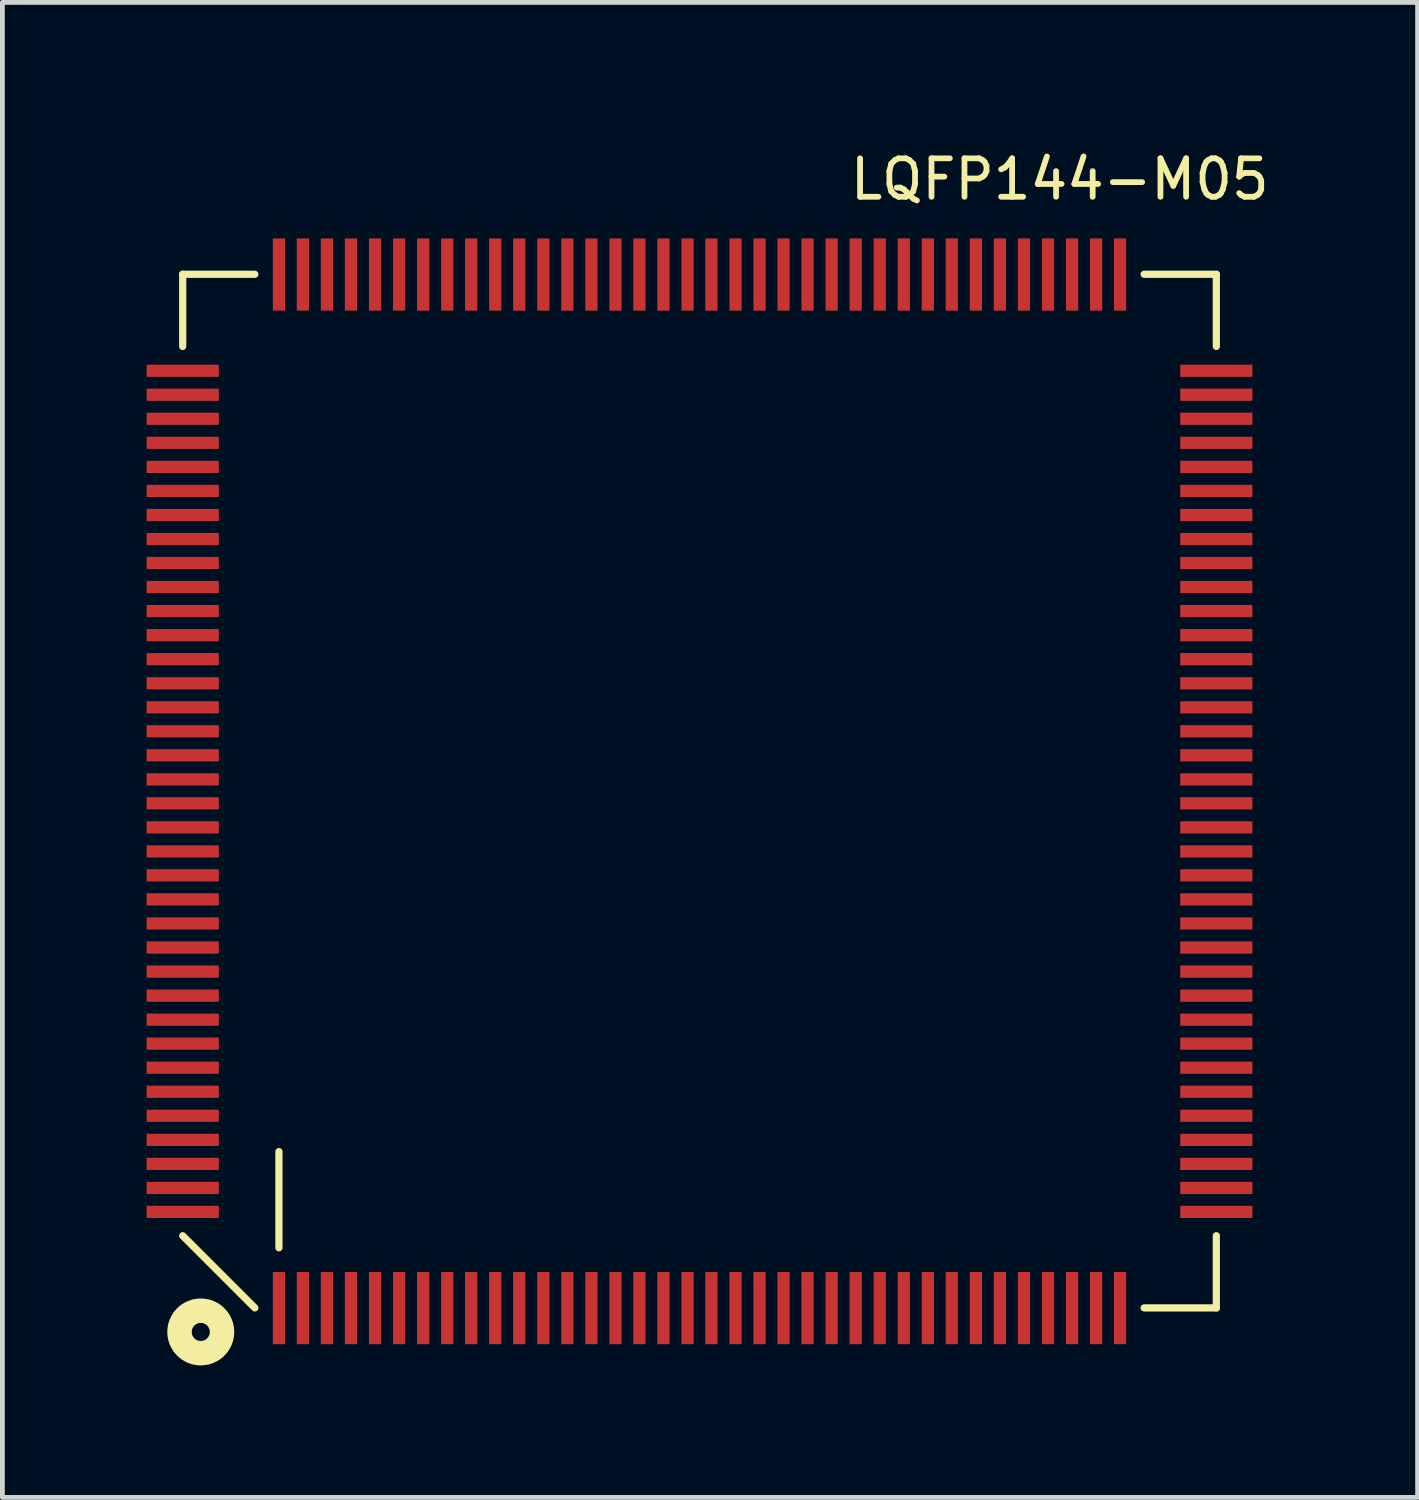
<source format=kicad_pcb>
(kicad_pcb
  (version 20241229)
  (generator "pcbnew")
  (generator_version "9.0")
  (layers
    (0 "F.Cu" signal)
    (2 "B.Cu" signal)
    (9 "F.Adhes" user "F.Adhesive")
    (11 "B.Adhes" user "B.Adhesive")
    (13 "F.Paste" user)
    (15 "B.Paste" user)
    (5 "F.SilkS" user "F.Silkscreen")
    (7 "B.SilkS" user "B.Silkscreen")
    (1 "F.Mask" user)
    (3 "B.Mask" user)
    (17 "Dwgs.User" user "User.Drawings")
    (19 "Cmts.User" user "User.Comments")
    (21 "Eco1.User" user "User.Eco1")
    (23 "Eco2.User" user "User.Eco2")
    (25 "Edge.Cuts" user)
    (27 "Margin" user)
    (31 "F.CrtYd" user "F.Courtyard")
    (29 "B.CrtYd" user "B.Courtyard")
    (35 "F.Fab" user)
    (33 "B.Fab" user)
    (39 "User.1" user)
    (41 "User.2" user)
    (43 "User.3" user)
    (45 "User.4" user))
  (footprint "LQFP144-M05"
    (layer "F.Cu")
    (at 11.497 13.407)
    (property "Reference" "LQFP144-M05" (at 7.495 -12.728 0) (layer "F.SilkS") (effects (font (size 0.8 0.8) (thickness 0.12))))
    (attr smd)
    (fp_line (start -10.747 -10.752) (end -9.246 -10.752) (stroke (width 0.15) (type solid)) (layer "F.SilkS"))
    (fp_line (start -10.747 -9.251) (end -10.747 -10.752) (stroke (width 0.15) (type solid)) (layer "F.SilkS"))
    (fp_line (start -10.747 9.246) (end -9.246 10.747) (stroke (width 0.15) (type solid)) (layer "F.SilkS"))
    (fp_line (start -8.745 9.497) (end -8.745 7.496) (stroke (width 0.15) (type solid)) (layer "F.SilkS"))
    (fp_line (start 10.752 -10.752) (end 9.251 -10.752) (stroke (width 0.15) (type solid)) (layer "F.SilkS"))
    (fp_line (start 10.752 -9.251) (end 10.752 -10.752) (stroke (width 0.15) (type solid)) (layer "F.SilkS"))
    (fp_line (start 10.752 9.246) (end 10.752 10.747) (stroke (width 0.15) (type solid)) (layer "F.SilkS"))
    (fp_line (start 10.752 10.747) (end 9.251 10.747) (stroke (width 0.15) (type solid)) (layer "F.SilkS"))
    (fp_circle (center -10.371 11.247) (end -10.183 11.247) (stroke (width 0.508) (type solid)) (fill no) (layer "F.SilkS"))
    (pad "1" smd rect (at -8.745 10.752) (size 0.254 1.501) (layers "F.Cu" "F.Mask" "F.Paste"))
    (pad "2" smd rect (at -8.247 10.752) (size 0.254 1.501) (layers "F.Cu" "F.Mask" "F.Paste"))
    (pad "3" smd rect (at -7.747 10.752) (size 0.254 1.501) (layers "F.Cu" "F.Mask" "F.Paste"))
    (pad "4" smd rect (at -7.247 10.752) (size 0.254 1.501) (layers "F.Cu" "F.Mask" "F.Paste"))
    (pad "5" smd rect (at -6.746 10.752) (size 0.254 1.501) (layers "F.Cu" "F.Mask" "F.Paste"))
    (pad "6" smd rect (at -6.246 10.752) (size 0.254 1.501) (layers "F.Cu" "F.Mask" "F.Paste"))
    (pad "7" smd rect (at -5.745 10.752) (size 0.254 1.501) (layers "F.Cu" "F.Mask" "F.Paste"))
    (pad "8" smd rect (at -5.245 10.752) (size 0.254 1.501) (layers "F.Cu" "F.Mask" "F.Paste"))
    (pad "9" smd rect (at -4.747 10.752) (size 0.254 1.501) (layers "F.Cu" "F.Mask" "F.Paste"))
    (pad "10" smd rect (at -4.247 10.752) (size 0.254 1.501) (layers "F.Cu" "F.Mask" "F.Paste"))
    (pad "11" smd rect (at -3.747 10.752) (size 0.254 1.501) (layers "F.Cu" "F.Mask" "F.Paste"))
    (pad "12" smd rect (at -3.246 10.752) (size 0.254 1.501) (layers "F.Cu" "F.Mask" "F.Paste"))
    (pad "13" smd rect (at -2.746 10.752) (size 0.254 1.501) (layers "F.Cu" "F.Mask" "F.Paste"))
    (pad "14" smd rect (at -2.245 10.752) (size 0.254 1.501) (layers "F.Cu" "F.Mask" "F.Paste"))
    (pad "15" smd rect (at -1.745 10.752) (size 0.254 1.501) (layers "F.Cu" "F.Mask" "F.Paste"))
    (pad "16" smd rect (at -1.247 10.752) (size 0.254 1.501) (layers "F.Cu" "F.Mask" "F.Paste"))
    (pad "17" smd rect (at -0.747 10.752) (size 0.254 1.501) (layers "F.Cu" "F.Mask" "F.Paste"))
    (pad "18" smd rect (at -0.246 10.752) (size 0.254 1.501) (layers "F.Cu" "F.Mask" "F.Paste"))
    (pad "19" smd rect (at 0.251 10.752) (size 0.254 1.501) (layers "F.Cu" "F.Mask" "F.Paste"))
    (pad "20" smd rect (at 0.752 10.752) (size 0.254 1.501) (layers "F.Cu" "F.Mask" "F.Paste"))
    (pad "21" smd rect (at 1.252 10.752) (size 0.254 1.501) (layers "F.Cu" "F.Mask" "F.Paste"))
    (pad "22" smd rect (at 1.75 10.752) (size 0.254 1.501) (layers "F.Cu" "F.Mask" "F.Paste"))
    (pad "23" smd rect (at 2.25 10.752) (size 0.254 1.501) (layers "F.Cu" "F.Mask" "F.Paste"))
    (pad "24" smd rect (at 2.751 10.752) (size 0.254 1.501) (layers "F.Cu" "F.Mask" "F.Paste"))
    (pad "25" smd rect (at 3.251 10.752) (size 0.254 1.501) (layers "F.Cu" "F.Mask" "F.Paste"))
    (pad "26" smd rect (at 3.752 10.752) (size 0.254 1.501) (layers "F.Cu" "F.Mask" "F.Paste"))
    (pad "27" smd rect (at 4.252 10.752) (size 0.254 1.501) (layers "F.Cu" "F.Mask" "F.Paste"))
    (pad "28" smd rect (at 4.752 10.752) (size 0.254 1.501) (layers "F.Cu" "F.Mask" "F.Paste"))
    (pad "29" smd rect (at 5.25 10.752) (size 0.254 1.501) (layers "F.Cu" "F.Mask" "F.Paste"))
    (pad "30" smd rect (at 5.751 10.752) (size 0.254 1.501) (layers "F.Cu" "F.Mask" "F.Paste"))
    (pad "31" smd rect (at 6.251 10.752) (size 0.254 1.501) (layers "F.Cu" "F.Mask" "F.Paste"))
    (pad "32" smd rect (at 6.751 10.752) (size 0.254 1.501) (layers "F.Cu" "F.Mask" "F.Paste"))
    (pad "33" smd rect (at 7.252 10.752) (size 0.254 1.501) (layers "F.Cu" "F.Mask" "F.Paste"))
    (pad "34" smd rect (at 7.752 10.752) (size 0.254 1.501) (layers "F.Cu" "F.Mask" "F.Paste"))
    (pad "35" smd rect (at 8.252 10.752) (size 0.254 1.501) (layers "F.Cu" "F.Mask" "F.Paste"))
    (pad "36" smd rect (at 8.75 10.752) (size 0.254 1.501) (layers "F.Cu" "F.Mask" "F.Paste"))
    (pad "37" smd rect (at 10.752 8.75 90) (size 0.254 1.501) (layers "F.Cu" "F.Mask" "F.Paste"))
    (pad "38" smd rect (at 10.752 8.252 90) (size 0.254 1.501) (layers "F.Cu" "F.Mask" "F.Paste"))
    (pad "39" smd rect (at 10.752 7.752 90) (size 0.254 1.501) (layers "F.Cu" "F.Mask" "F.Paste"))
    (pad "40" smd rect (at 10.752 7.252 90) (size 0.254 1.501) (layers "F.Cu" "F.Mask" "F.Paste"))
    (pad "41" smd rect (at 10.752 6.751 90) (size 0.254 1.501) (layers "F.Cu" "F.Mask" "F.Paste"))
    (pad "42" smd rect (at 10.752 6.251 90) (size 0.254 1.501) (layers "F.Cu" "F.Mask" "F.Paste"))
    (pad "43" smd rect (at 10.752 5.751 90) (size 0.254 1.501) (layers "F.Cu" "F.Mask" "F.Paste"))
    (pad "44" smd rect (at 10.752 5.25 90) (size 0.254 1.501) (layers "F.Cu" "F.Mask" "F.Paste"))
    (pad "45" smd rect (at 10.752 4.752 90) (size 0.254 1.501) (layers "F.Cu" "F.Mask" "F.Paste"))
    (pad "46" smd rect (at 10.752 4.252 90) (size 0.254 1.501) (layers "F.Cu" "F.Mask" "F.Paste"))
    (pad "47" smd rect (at 10.752 3.752 90) (size 0.254 1.501) (layers "F.Cu" "F.Mask" "F.Paste"))
    (pad "48" smd rect (at 10.752 3.251 90) (size 0.254 1.501) (layers "F.Cu" "F.Mask" "F.Paste"))
    (pad "49" smd rect (at 10.752 2.751 90) (size 0.254 1.501) (layers "F.Cu" "F.Mask" "F.Paste"))
    (pad "50" smd rect (at 10.752 2.25 90) (size 0.254 1.501) (layers "F.Cu" "F.Mask" "F.Paste"))
    (pad "51" smd rect (at 10.752 1.75 90) (size 0.254 1.501) (layers "F.Cu" "F.Mask" "F.Paste"))
    (pad "52" smd rect (at 10.752 1.252 90) (size 0.254 1.501) (layers "F.Cu" "F.Mask" "F.Paste"))
    (pad "53" smd rect (at 10.752 0.752 90) (size 0.254 1.501) (layers "F.Cu" "F.Mask" "F.Paste"))
    (pad "54" smd rect (at 10.752 0.251 90) (size 0.254 1.501) (layers "F.Cu" "F.Mask" "F.Paste"))
    (pad "55" smd rect (at 10.752 -0.246 90) (size 0.254 1.501) (layers "F.Cu" "F.Mask" "F.Paste"))
    (pad "56" smd rect (at 10.752 -0.747 90) (size 0.254 1.501) (layers "F.Cu" "F.Mask" "F.Paste"))
    (pad "57" smd rect (at 10.752 -1.247 90) (size 0.254 1.501) (layers "F.Cu" "F.Mask" "F.Paste"))
    (pad "58" smd rect (at 10.752 -1.745 90) (size 0.254 1.501) (layers "F.Cu" "F.Mask" "F.Paste"))
    (pad "59" smd rect (at 10.752 -2.245 90) (size 0.254 1.501) (layers "F.Cu" "F.Mask" "F.Paste"))
    (pad "60" smd rect (at 10.752 -2.746 90) (size 0.254 1.501) (layers "F.Cu" "F.Mask" "F.Paste"))
    (pad "61" smd rect (at 10.752 -3.246 90) (size 0.254 1.501) (layers "F.Cu" "F.Mask" "F.Paste"))
    (pad "62" smd rect (at 10.752 -3.747 90) (size 0.254 1.501) (layers "F.Cu" "F.Mask" "F.Paste"))
    (pad "63" smd rect (at 10.752 -4.247 90) (size 0.254 1.501) (layers "F.Cu" "F.Mask" "F.Paste"))
    (pad "64" smd rect (at 10.752 -4.747 90) (size 0.254 1.501) (layers "F.Cu" "F.Mask" "F.Paste"))
    (pad "65" smd rect (at 10.752 -5.245 90) (size 0.254 1.501) (layers "F.Cu" "F.Mask" "F.Paste"))
    (pad "66" smd rect (at 10.752 -5.745 90) (size 0.254 1.501) (layers "F.Cu" "F.Mask" "F.Paste"))
    (pad "67" smd rect (at 10.752 -6.246 90) (size 0.254 1.501) (layers "F.Cu" "F.Mask" "F.Paste"))
    (pad "68" smd rect (at 10.752 -6.746 90) (size 0.254 1.501) (layers "F.Cu" "F.Mask" "F.Paste"))
    (pad "69" smd rect (at 10.752 -7.247 90) (size 0.254 1.501) (layers "F.Cu" "F.Mask" "F.Paste"))
    (pad "70" smd rect (at 10.752 -7.747 90) (size 0.254 1.501) (layers "F.Cu" "F.Mask" "F.Paste"))
    (pad "71" smd rect (at 10.752 -8.247 90) (size 0.254 1.501) (layers "F.Cu" "F.Mask" "F.Paste"))
    (pad "72" smd rect (at 10.752 -8.745 90) (size 0.254 1.501) (layers "F.Cu" "F.Mask" "F.Paste"))
    (pad "73" smd rect (at 8.75 -10.747) (size 0.254 1.501) (layers "F.Cu" "F.Mask" "F.Paste"))
    (pad "74" smd rect (at 8.252 -10.747) (size 0.254 1.501) (layers "F.Cu" "F.Mask" "F.Paste"))
    (pad "75" smd rect (at 7.752 -10.747) (size 0.254 1.501) (layers "F.Cu" "F.Mask" "F.Paste"))
    (pad "76" smd rect (at 7.252 -10.747) (size 0.254 1.501) (layers "F.Cu" "F.Mask" "F.Paste"))
    (pad "77" smd rect (at 6.751 -10.747) (size 0.254 1.501) (layers "F.Cu" "F.Mask" "F.Paste"))
    (pad "78" smd rect (at 6.251 -10.747) (size 0.254 1.501) (layers "F.Cu" "F.Mask" "F.Paste"))
    (pad "79" smd rect (at 5.751 -10.747) (size 0.254 1.501) (layers "F.Cu" "F.Mask" "F.Paste"))
    (pad "80" smd rect (at 5.25 -10.747) (size 0.254 1.501) (layers "F.Cu" "F.Mask" "F.Paste"))
    (pad "81" smd rect (at 4.752 -10.747) (size 0.254 1.501) (layers "F.Cu" "F.Mask" "F.Paste"))
    (pad "82" smd rect (at 4.252 -10.747) (size 0.254 1.501) (layers "F.Cu" "F.Mask" "F.Paste"))
    (pad "83" smd rect (at 3.752 -10.747) (size 0.254 1.501) (layers "F.Cu" "F.Mask" "F.Paste"))
    (pad "84" smd rect (at 3.251 -10.747) (size 0.254 1.501) (layers "F.Cu" "F.Mask" "F.Paste"))
    (pad "85" smd rect (at 2.751 -10.747) (size 0.254 1.501) (layers "F.Cu" "F.Mask" "F.Paste"))
    (pad "86" smd rect (at 2.25 -10.747) (size 0.254 1.501) (layers "F.Cu" "F.Mask" "F.Paste"))
    (pad "87" smd rect (at 1.75 -10.747) (size 0.254 1.501) (layers "F.Cu" "F.Mask" "F.Paste"))
    (pad "88" smd rect (at 1.252 -10.747) (size 0.254 1.501) (layers "F.Cu" "F.Mask" "F.Paste"))
    (pad "89" smd rect (at 0.752 -10.747) (size 0.254 1.501) (layers "F.Cu" "F.Mask" "F.Paste"))
    (pad "90" smd rect (at 0.251 -10.747) (size 0.254 1.501) (layers "F.Cu" "F.Mask" "F.Paste"))
    (pad "91" smd rect (at -0.246 -10.747) (size 0.254 1.501) (layers "F.Cu" "F.Mask" "F.Paste"))
    (pad "92" smd rect (at -0.747 -10.747) (size 0.254 1.501) (layers "F.Cu" "F.Mask" "F.Paste"))
    (pad "93" smd rect (at -1.247 -10.747) (size 0.254 1.501) (layers "F.Cu" "F.Mask" "F.Paste"))
    (pad "94" smd rect (at -1.745 -10.747) (size 0.254 1.501) (layers "F.Cu" "F.Mask" "F.Paste"))
    (pad "95" smd rect (at -2.245 -10.747) (size 0.254 1.501) (layers "F.Cu" "F.Mask" "F.Paste"))
    (pad "96" smd rect (at -2.746 -10.747) (size 0.254 1.501) (layers "F.Cu" "F.Mask" "F.Paste"))
    (pad "97" smd rect (at -3.246 -10.747) (size 0.254 1.501) (layers "F.Cu" "F.Mask" "F.Paste"))
    (pad "98" smd rect (at -3.747 -10.747) (size 0.254 1.501) (layers "F.Cu" "F.Mask" "F.Paste"))
    (pad "99" smd rect (at -4.247 -10.747) (size 0.254 1.501) (layers "F.Cu" "F.Mask" "F.Paste"))
    (pad "100" smd rect (at -4.747 -10.747) (size 0.254 1.501) (layers "F.Cu" "F.Mask" "F.Paste"))
    (pad "101" smd rect (at -5.245 -10.747) (size 0.254 1.501) (layers "F.Cu" "F.Mask" "F.Paste"))
    (pad "102" smd rect (at -5.745 -10.747) (size 0.254 1.501) (layers "F.Cu" "F.Mask" "F.Paste"))
    (pad "103" smd rect (at -6.246 -10.747) (size 0.254 1.501) (layers "F.Cu" "F.Mask" "F.Paste"))
    (pad "104" smd rect (at -6.746 -10.747) (size 0.254 1.501) (layers "F.Cu" "F.Mask" "F.Paste"))
    (pad "105" smd rect (at -7.247 -10.747) (size 0.254 1.501) (layers "F.Cu" "F.Mask" "F.Paste"))
    (pad "106" smd rect (at -7.747 -10.747) (size 0.254 1.501) (layers "F.Cu" "F.Mask" "F.Paste"))
    (pad "107" smd rect (at -8.247 -10.747) (size 0.254 1.501) (layers "F.Cu" "F.Mask" "F.Paste"))
    (pad "108" smd rect (at -8.745 -10.747) (size 0.254 1.501) (layers "F.Cu" "F.Mask" "F.Paste"))
    (pad "109" smd rect (at -10.747 -8.745 90) (size 0.254 1.501) (layers "F.Cu" "F.Mask" "F.Paste"))
    (pad "110" smd rect (at -10.747 -8.247 90) (size 0.254 1.501) (layers "F.Cu" "F.Mask" "F.Paste"))
    (pad "111" smd rect (at -10.747 -7.747 90) (size 0.254 1.501) (layers "F.Cu" "F.Mask" "F.Paste"))
    (pad "112" smd rect (at -10.747 -7.247 90) (size 0.254 1.501) (layers "F.Cu" "F.Mask" "F.Paste"))
    (pad "113" smd rect (at -10.747 -6.746 90) (size 0.254 1.501) (layers "F.Cu" "F.Mask" "F.Paste"))
    (pad "114" smd rect (at -10.747 -6.246 90) (size 0.254 1.501) (layers "F.Cu" "F.Mask" "F.Paste"))
    (pad "115" smd rect (at -10.747 -5.745 90) (size 0.254 1.501) (layers "F.Cu" "F.Mask" "F.Paste"))
    (pad "116" smd rect (at -10.747 -5.245 90) (size 0.254 1.501) (layers "F.Cu" "F.Mask" "F.Paste"))
    (pad "117" smd rect (at -10.747 -4.747 90) (size 0.254 1.501) (layers "F.Cu" "F.Mask" "F.Paste"))
    (pad "118" smd rect (at -10.747 -4.247 90) (size 0.254 1.501) (layers "F.Cu" "F.Mask" "F.Paste"))
    (pad "119" smd rect (at -10.747 -3.747 90) (size 0.254 1.501) (layers "F.Cu" "F.Mask" "F.Paste"))
    (pad "120" smd rect (at -10.747 -3.246 90) (size 0.254 1.501) (layers "F.Cu" "F.Mask" "F.Paste"))
    (pad "121" smd rect (at -10.747 -2.746 90) (size 0.254 1.501) (layers "F.Cu" "F.Mask" "F.Paste"))
    (pad "122" smd rect (at -10.747 -2.245 90) (size 0.254 1.501) (layers "F.Cu" "F.Mask" "F.Paste"))
    (pad "123" smd rect (at -10.747 -1.745 90) (size 0.254 1.501) (layers "F.Cu" "F.Mask" "F.Paste"))
    (pad "124" smd rect (at -10.747 -1.247 90) (size 0.254 1.501) (layers "F.Cu" "F.Mask" "F.Paste"))
    (pad "125" smd rect (at -10.747 -0.747 90) (size 0.254 1.501) (layers "F.Cu" "F.Mask" "F.Paste"))
    (pad "126" smd rect (at -10.747 -0.246 90) (size 0.254 1.501) (layers "F.Cu" "F.Mask" "F.Paste"))
    (pad "127" smd rect (at -10.747 0.251 90) (size 0.254 1.501) (layers "F.Cu" "F.Mask" "F.Paste"))
    (pad "128" smd rect (at -10.747 0.752 90) (size 0.254 1.501) (layers "F.Cu" "F.Mask" "F.Paste"))
    (pad "129" smd rect (at -10.747 1.252 90) (size 0.254 1.501) (layers "F.Cu" "F.Mask" "F.Paste"))
    (pad "130" smd rect (at -10.747 1.75 90) (size 0.254 1.501) (layers "F.Cu" "F.Mask" "F.Paste"))
    (pad "131" smd rect (at -10.747 2.25 90) (size 0.254 1.501) (layers "F.Cu" "F.Mask" "F.Paste"))
    (pad "132" smd rect (at -10.747 2.751 90) (size 0.254 1.501) (layers "F.Cu" "F.Mask" "F.Paste"))
    (pad "133" smd rect (at -10.747 3.251 90) (size 0.254 1.501) (layers "F.Cu" "F.Mask" "F.Paste"))
    (pad "134" smd rect (at -10.747 3.752 90) (size 0.254 1.501) (layers "F.Cu" "F.Mask" "F.Paste"))
    (pad "135" smd rect (at -10.747 4.252 90) (size 0.254 1.501) (layers "F.Cu" "F.Mask" "F.Paste"))
    (pad "136" smd rect (at -10.747 4.752 90) (size 0.254 1.501) (layers "F.Cu" "F.Mask" "F.Paste"))
    (pad "137" smd rect (at -10.747 5.25 90) (size 0.254 1.501) (layers "F.Cu" "F.Mask" "F.Paste"))
    (pad "138" smd rect (at -10.747 5.751 90) (size 0.254 1.501) (layers "F.Cu" "F.Mask" "F.Paste"))
    (pad "139" smd rect (at -10.747 6.251 90) (size 0.254 1.501) (layers "F.Cu" "F.Mask" "F.Paste"))
    (pad "140" smd rect (at -10.747 6.751 90) (size 0.254 1.501) (layers "F.Cu" "F.Mask" "F.Paste"))
    (pad "141" smd rect (at -10.747 7.252 90) (size 0.254 1.501) (layers "F.Cu" "F.Mask" "F.Paste"))
    (pad "142" smd rect (at -10.747 7.752 90) (size 0.254 1.501) (layers "F.Cu" "F.Mask" "F.Paste"))
    (pad "143" smd rect (at -10.747 8.252 90) (size 0.254 1.501) (layers "F.Cu" "F.Mask" "F.Paste"))
    (pad "144" smd rect (at -10.747 8.75 90) (size 0.254 1.501) (layers "F.Cu" "F.Mask" "F.Paste")))
  (gr_rect
    (start -3 -3)
    (end 26.436 28.096)
    (stroke (width 0.1) (type default))
    (fill no)
    (layer "Edge.Cuts")))
</source>
